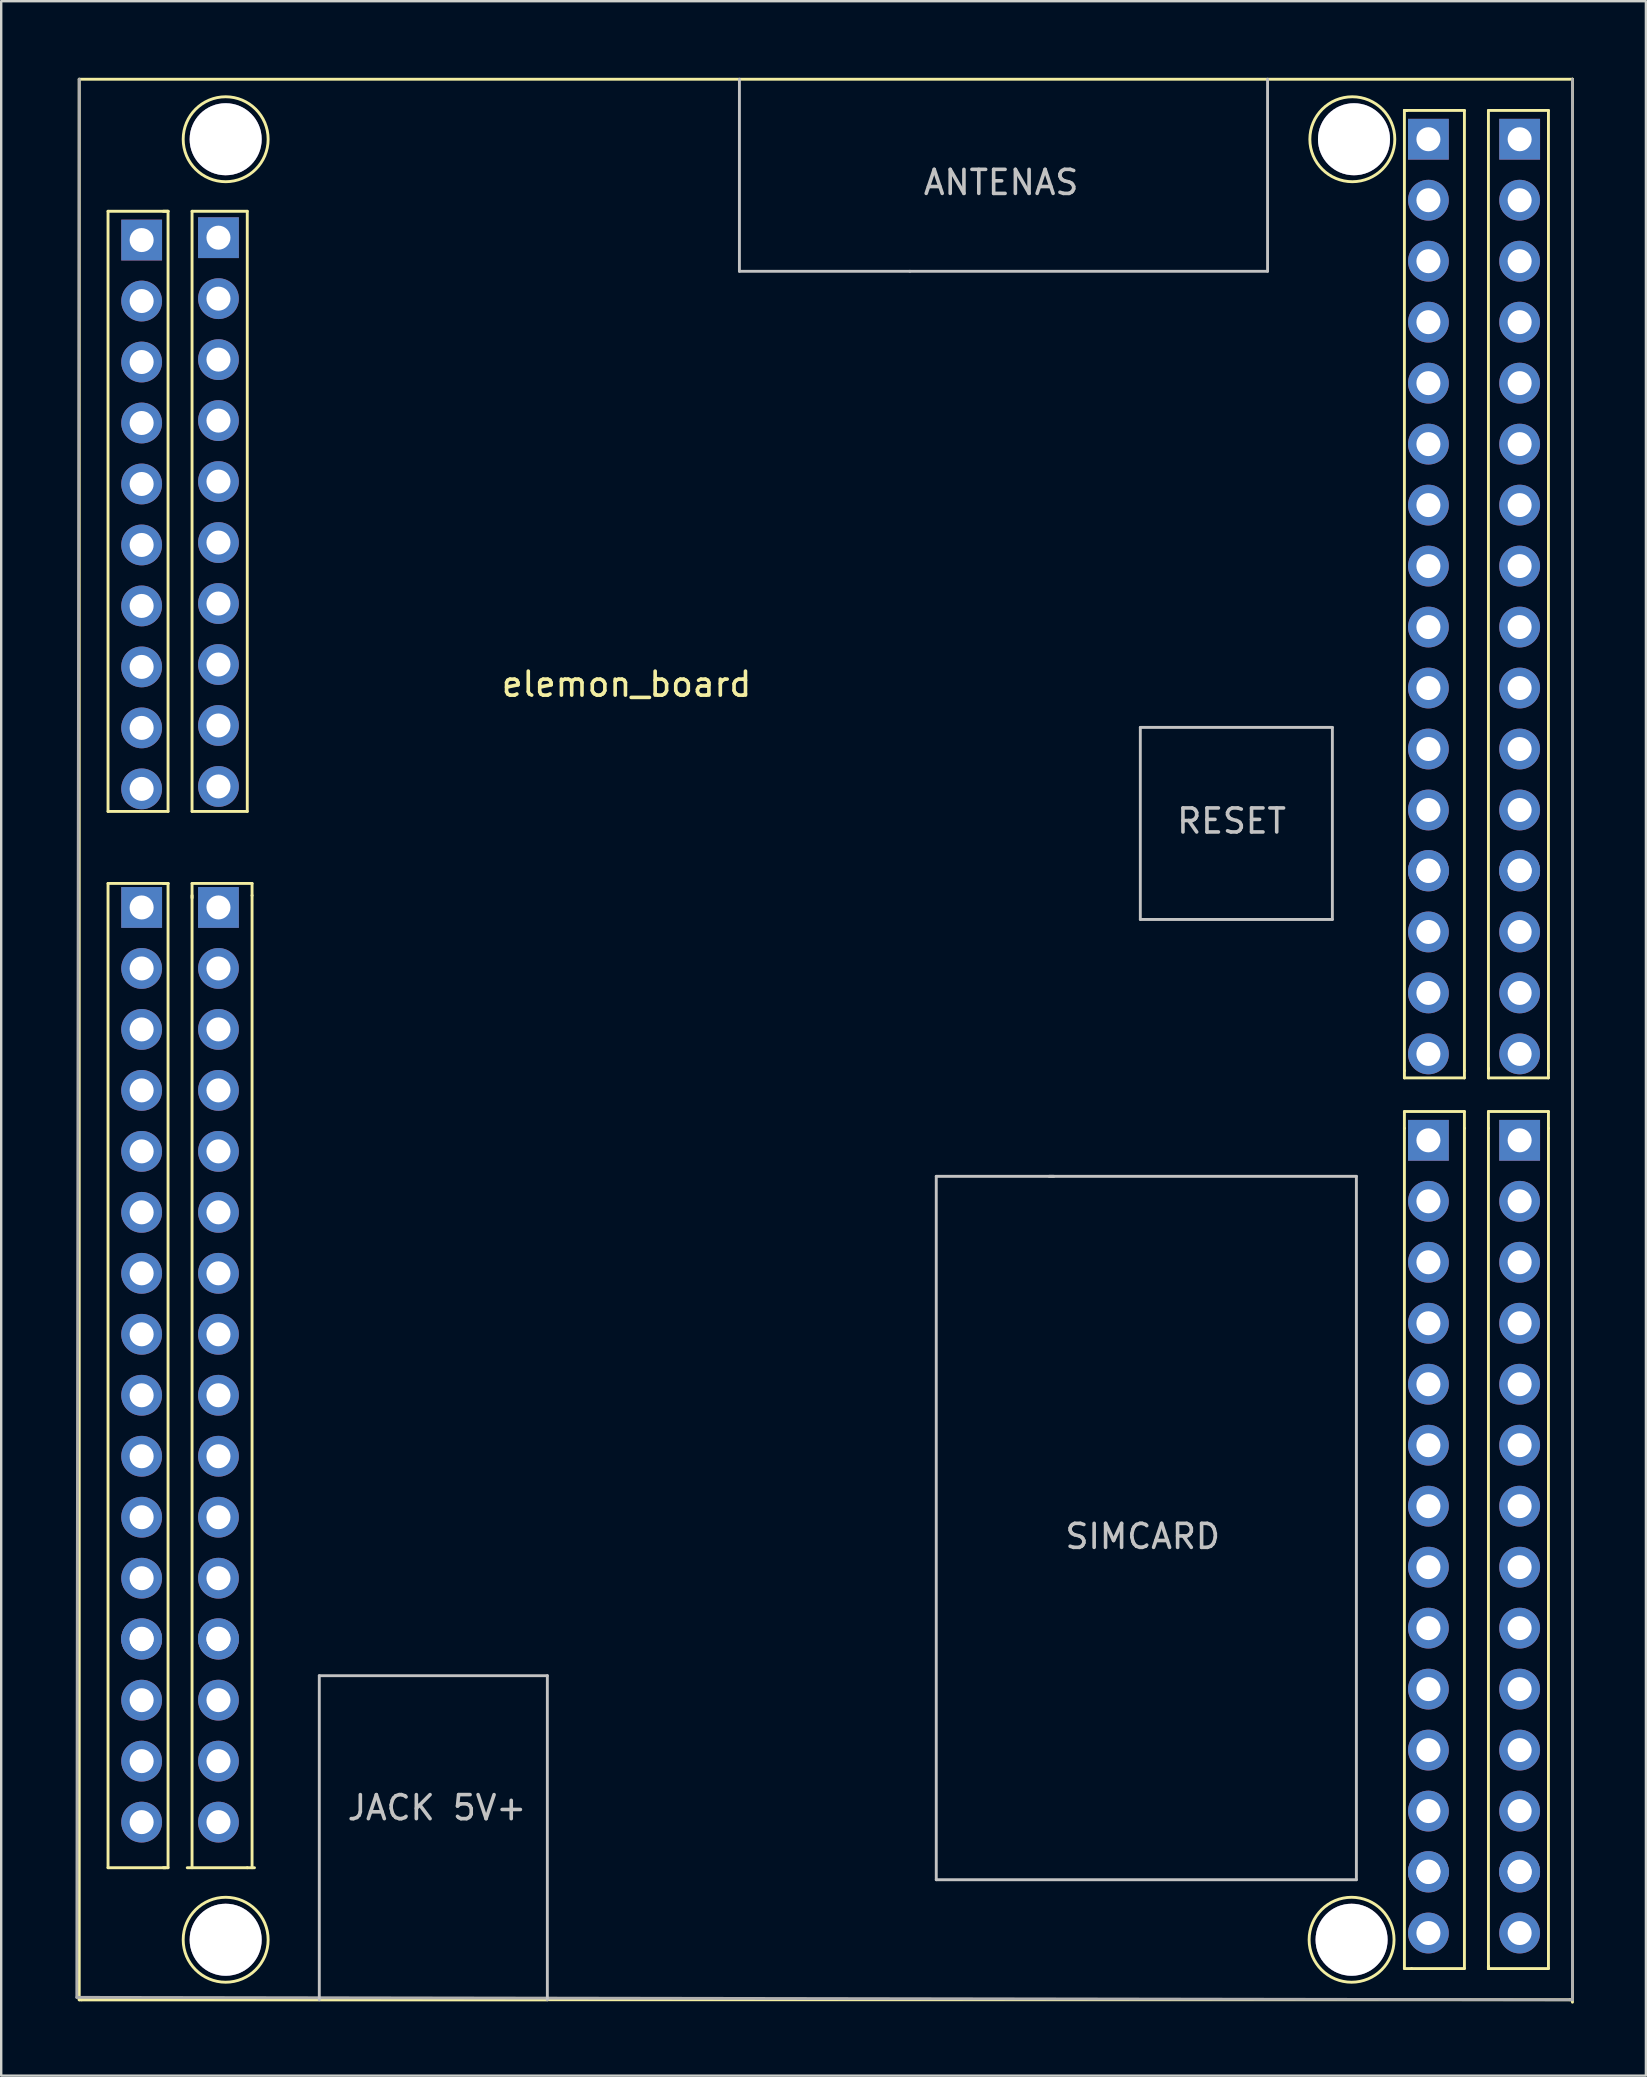
<source format=kicad_pcb>
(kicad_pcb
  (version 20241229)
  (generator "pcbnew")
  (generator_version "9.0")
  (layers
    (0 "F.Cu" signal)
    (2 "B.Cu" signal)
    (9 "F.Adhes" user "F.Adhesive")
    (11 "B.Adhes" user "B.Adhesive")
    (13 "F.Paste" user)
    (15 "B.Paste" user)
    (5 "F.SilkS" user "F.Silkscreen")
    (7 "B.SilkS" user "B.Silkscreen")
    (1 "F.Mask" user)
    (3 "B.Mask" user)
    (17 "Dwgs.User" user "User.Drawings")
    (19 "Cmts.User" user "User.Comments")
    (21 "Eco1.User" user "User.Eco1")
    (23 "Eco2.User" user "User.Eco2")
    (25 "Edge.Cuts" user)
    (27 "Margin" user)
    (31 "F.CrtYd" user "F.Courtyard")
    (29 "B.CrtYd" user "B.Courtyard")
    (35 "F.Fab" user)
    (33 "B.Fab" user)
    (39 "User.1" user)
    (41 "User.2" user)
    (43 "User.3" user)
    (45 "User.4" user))
  (footprint "elemon_board"
    (layer "F.Cu")
    (at 0.25 0.25)
    (property "Reference" "elemon_board" (at 22.8 25.2 0) (layer "F.SilkS") (effects (font (size 1 1) (thickness 0.15))))
    (attr through_hole)
    (fp_line (start 0 0) (end 62.2 0) (stroke (width 0.12) (type solid)) (layer "F.SilkS"))
    (fp_line (start 0 80) (end 0 0) (stroke (width 0.12) (type solid)) (layer "F.SilkS"))
    (fp_line (start 0 80) (end 19.5 80) (stroke (width 0.12) (type solid)) (layer "F.SilkS"))
    (fp_line (start 0.1 80) (end 0 80) (stroke (width 0.12) (type solid)) (layer "F.SilkS"))
    (fp_line (start 0.1 80) (end 62.1 80) (stroke (width 0.12) (type solid)) (layer "F.SilkS"))
    (fp_line (start 1.2 5.5) (end 3.7 5.5) (stroke (width 0.12) (type solid)) (layer "F.SilkS"))
    (fp_line (start 1.2 30.5) (end 1.2 5.5) (stroke (width 0.12) (type solid)) (layer "F.SilkS"))
    (fp_line (start 1.2 30.5) (end 3.7 30.5) (stroke (width 0.12) (type solid)) (layer "F.SilkS"))
    (fp_line (start 1.2 33.5) (end 1.2 74.5) (stroke (width 0.12) (type solid)) (layer "F.SilkS"))
    (fp_line (start 1.2 33.5) (end 3.7 33.5) (stroke (width 0.12) (type solid)) (layer "F.SilkS"))
    (fp_line (start 1.2 74.5) (end 3.6 74.5) (stroke (width 0.12) (type solid)) (layer "F.SilkS"))
    (fp_line (start 3.5 5.5) (end 3.7 5.5) (stroke (width 0.12) (type solid)) (layer "F.SilkS"))
    (fp_line (start 3.5 33.5) (end 3.7 33.5) (stroke (width 0.12) (type solid)) (layer "F.SilkS"))
    (fp_line (start 3.7 5.5) (end 3.7 30.5) (stroke (width 0.12) (type solid)) (layer "F.SilkS"))
    (fp_line (start 3.7 33.5) (end 3.7 74.5) (stroke (width 0.12) (type solid)) (layer "F.SilkS"))
    (fp_line (start 3.7 74.5) (end 3.5 74.5) (stroke (width 0.12) (type solid)) (layer "F.SilkS"))
    (fp_line (start 4.7 5.5) (end 7 5.5) (stroke (width 0.12) (type solid)) (layer "F.SilkS"))
    (fp_line (start 4.7 30.5) (end 4.7 5.5) (stroke (width 0.12) (type solid)) (layer "F.SilkS"))
    (fp_line (start 4.7 30.5) (end 7 30.5) (stroke (width 0.12) (type solid)) (layer "F.SilkS"))
    (fp_line (start 4.7 33.5) (end 4.7 34.1) (stroke (width 0.12) (type solid)) (layer "F.SilkS"))
    (fp_line (start 4.7 34) (end 4.7 74.5) (stroke (width 0.12) (type solid)) (layer "F.SilkS"))
    (fp_line (start 7 30.5) (end 7 5.5) (stroke (width 0.12) (type solid)) (layer "F.SilkS"))
    (fp_line (start 7 74.5) (end 4.5 74.5) (stroke (width 0.12) (type solid)) (layer "F.SilkS"))
    (fp_line (start 7.2 33.5) (end 4.7 33.5) (stroke (width 0.12) (type solid)) (layer "F.SilkS"))
    (fp_line (start 7.2 34) (end 7.2 33.5) (stroke (width 0.12) (type solid)) (layer "F.SilkS"))
    (fp_line (start 7.2 34) (end 7.2 74.5) (stroke (width 0.12) (type solid)) (layer "F.SilkS"))
    (fp_line (start 7.3 74.5) (end 7 74.5) (stroke (width 0.12) (type solid)) (layer "F.SilkS"))
    (fp_line (start 55.2 1.3) (end 55.3 1.3) (stroke (width 0.12) (type solid)) (layer "F.SilkS"))
    (fp_line (start 55.2 41.3) (end 55.2 1.3) (stroke (width 0.12) (type solid)) (layer "F.SilkS"))
    (fp_line (start 55.2 41.6) (end 55.2 41.3) (stroke (width 0.12) (type solid)) (layer "F.SilkS"))
    (fp_line (start 55.2 43) (end 55.2 43.7) (stroke (width 0.12) (type solid)) (layer "F.SilkS"))
    (fp_line (start 55.2 43.7) (end 55.2 78.7) (stroke (width 0.12) (type solid)) (layer "F.SilkS"))
    (fp_line (start 55.2 78.7) (end 55.5 78.7) (stroke (width 0.12) (type solid)) (layer "F.SilkS"))
    (fp_line (start 55.3 1.3) (end 55.2 1.3) (stroke (width 0.12) (type solid)) (layer "F.SilkS"))
    (fp_line (start 55.3 1.3) (end 57.7 1.3) (stroke (width 0.12) (type solid)) (layer "F.SilkS"))
    (fp_line (start 57.7 41.3) (end 57.7 1.3) (stroke (width 0.12) (type solid)) (layer "F.SilkS"))
    (fp_line (start 57.7 41.3) (end 57.7 41.6) (stroke (width 0.12) (type solid)) (layer "F.SilkS"))
    (fp_line (start 57.7 41.6) (end 55.2 41.6) (stroke (width 0.12) (type solid)) (layer "F.SilkS"))
    (fp_line (start 57.7 43) (end 55.2 43) (stroke (width 0.12) (type solid)) (layer "F.SilkS"))
    (fp_line (start 57.7 43.7) (end 57.7 43) (stroke (width 0.12) (type solid)) (layer "F.SilkS"))
    (fp_line (start 57.7 43.7) (end 57.7 78.7) (stroke (width 0.12) (type solid)) (layer "F.SilkS"))
    (fp_line (start 57.7 78.7) (end 55.5 78.7) (stroke (width 0.12) (type solid)) (layer "F.SilkS"))
    (fp_line (start 58.7 1.3) (end 61.2 1.3) (stroke (width 0.12) (type solid)) (layer "F.SilkS"))
    (fp_line (start 58.7 41.3) (end 58.7 1.3) (stroke (width 0.12) (type solid)) (layer "F.SilkS"))
    (fp_line (start 58.7 41.6) (end 58.7 41.2) (stroke (width 0.12) (type solid)) (layer "F.SilkS"))
    (fp_line (start 58.7 43) (end 61.2 43) (stroke (width 0.12) (type solid)) (layer "F.SilkS"))
    (fp_line (start 58.7 43.7) (end 58.7 43) (stroke (width 0.12) (type solid)) (layer "F.SilkS"))
    (fp_line (start 58.7 78.6) (end 58.7 78.7) (stroke (width 0.12) (type solid)) (layer "F.SilkS"))
    (fp_line (start 58.7 78.7) (end 58.7 43.7) (stroke (width 0.12) (type solid)) (layer "F.SilkS"))
    (fp_line (start 58.7 78.7) (end 58.7 78.6) (stroke (width 0.12) (type solid)) (layer "F.SilkS"))
    (fp_line (start 58.7 78.7) (end 61.2 78.7) (stroke (width 0.12) (type solid)) (layer "F.SilkS"))
    (fp_line (start 61.2 1.3) (end 61.2 41.3) (stroke (width 0.12) (type solid)) (layer "F.SilkS"))
    (fp_line (start 61.2 41.3) (end 61.2 41.6) (stroke (width 0.12) (type solid)) (layer "F.SilkS"))
    (fp_line (start 61.2 41.6) (end 58.7 41.6) (stroke (width 0.12) (type solid)) (layer "F.SilkS"))
    (fp_line (start 61.2 43.7) (end 61.2 43) (stroke (width 0.12) (type solid)) (layer "F.SilkS"))
    (fp_line (start 61.2 43.7) (end 61.2 78.7) (stroke (width 0.12) (type solid)) (layer "F.SilkS"))
    (fp_line (start 62.1 80) (end 62.2 80) (stroke (width 0.12) (type solid)) (layer "F.SilkS"))
    (fp_line (start 62.2 0) (end 62.2 1) (stroke (width 0.12) (type solid)) (layer "F.SilkS"))
    (fp_line (start 62.2 0) (end 62.2 80.1) (stroke (width 0.12) (type solid)) (layer "F.SilkS"))
    (fp_circle (center 2.6 6.7) (end 2.8 6.5) (stroke (width 0.12) (type solid)) (fill no) (layer "F.SilkS"))
    (fp_circle (center 2.6 34.5) (end 2.9 34.4) (stroke (width 0.12) (type solid)) (fill no) (layer "F.SilkS"))
    (fp_circle (center 5.8 6.7) (end 6 6.5) (stroke (width 0.12) (type solid)) (fill no) (layer "F.SilkS"))
    (fp_circle (center 5.8 34.5) (end 6 34.2) (stroke (width 0.12) (type solid)) (fill no) (layer "F.SilkS"))
    (fp_circle (center 6.1 2.5) (end 7.4 3.7) (stroke (width 0.12) (type solid)) (fill no) (layer "F.SilkS"))
    (fp_circle (center 6.1 77.5) (end 7.4 78.7) (stroke (width 0.12) (type solid)) (fill no) (layer "F.SilkS"))
    (fp_circle (center 53 77.5) (end 54.3 78.7) (stroke (width 0.12) (type solid)) (fill no) (layer "F.SilkS"))
    (fp_circle (center 53.031 2.5) (end 54.331 3.7) (stroke (width 0.12) (type solid)) (fill no) (layer "F.SilkS"))
    (fp_circle (center 56.2 2.5) (end 56.4 2.3) (stroke (width 0.12) (type solid)) (fill no) (layer "F.SilkS"))
    (fp_circle (center 56.2 44.2) (end 56.483 44.2) (stroke (width 0.12) (type solid)) (fill no) (layer "F.SilkS"))
    (fp_circle (center 60 2.5) (end 60.2 2.3) (stroke (width 0.12) (type solid)) (fill no) (layer "F.SilkS"))
    (fp_circle (center 60 44.2) (end 60.283 44.2) (stroke (width 0.12) (type solid)) (fill no) (layer "F.SilkS"))
    (fp_line (start 10 66.5) (end 10 80) (stroke (width 0.12) (type solid)) (layer "Dwgs.User"))
    (fp_line (start 19.5 66.5) (end 10 66.5) (stroke (width 0.12) (type solid)) (layer "Dwgs.User"))
    (fp_line (start 19.5 80) (end 19.5 66.5) (stroke (width 0.12) (type solid)) (layer "Dwgs.User"))
    (fp_line (start 27.5 0) (end 27.5 8) (stroke (width 0.12) (type solid)) (layer "Dwgs.User"))
    (fp_line (start 27.5 8) (end 34.6 8) (stroke (width 0.12) (type solid)) (layer "Dwgs.User"))
    (fp_line (start 35.7 45.7) (end 40.6 45.7) (stroke (width 0.12) (type solid)) (layer "Dwgs.User"))
    (fp_line (start 35.7 75) (end 35.7 45.7) (stroke (width 0.12) (type solid)) (layer "Dwgs.User"))
    (fp_line (start 35.7 75) (end 53.2 75) (stroke (width 0.12) (type solid)) (layer "Dwgs.User"))
    (fp_line (start 44.2 27) (end 44.2 35) (stroke (width 0.12) (type solid)) (layer "Dwgs.User"))
    (fp_line (start 44.2 35) (end 52.2 35) (stroke (width 0.12) (type solid)) (layer "Dwgs.User"))
    (fp_line (start 49.5 0) (end 49.5 8) (stroke (width 0.12) (type solid)) (layer "Dwgs.User"))
    (fp_line (start 49.5 8) (end 34.6 8) (stroke (width 0.12) (type solid)) (layer "Dwgs.User"))
    (fp_line (start 52.2 27) (end 44.2 27) (stroke (width 0.12) (type solid)) (layer "Dwgs.User"))
    (fp_line (start 52.2 27) (end 52.2 35) (stroke (width 0.12) (type solid)) (layer "Dwgs.User"))
    (fp_line (start 53.2 45.7) (end 40.4 45.7) (stroke (width 0.12) (type solid)) (layer "Dwgs.User"))
    (fp_line (start 53.2 75) (end 53.2 45.7) (stroke (width 0.12) (type solid)) (layer "Dwgs.User"))
    (fp_line (start -0.1 79.9) (end 0 0) (stroke (width 0.12) (type solid)) (layer "F.Fab"))
    (fp_line (start 62.2 0) (end 62.2 80) (stroke (width 0.12) (type solid)) (layer "F.Fab"))
    (fp_line (start 62.2 80) (end -0.1 79.9) (stroke (width 0.12) (type solid)) (layer "F.Fab"))
    (fp_text user "RESET" (at 48 30.9 0) (layer "Dwgs.User") (effects (font (size 1 1) (thickness 0.15))))
    (fp_text user "JACK 5V+" (at 14.9 72 0) (layer "Dwgs.User") (effects (font (size 1 1) (thickness 0.15))))
    (fp_text user "SIMCARD" (at 44.3 60.7 0) (layer "Dwgs.User") (effects (font (size 1 1) (thickness 0.15))))
    (fp_text user "ANTENAS" (at 38.4 4.3 0) (layer "Dwgs.User") (effects (font (size 1 1) (thickness 0.15))))
    (pad "1" thru_hole rect (at 2.6 6.7) (size 1.7 1.7) (drill 1) (layers "*.Cu" "*.Mask"))
    (pad "1" thru_hole circle (at 2.6 9.24) (size 1.7 1.7) (drill 1) (layers "*.Cu" "*.Mask"))
    (pad "1" thru_hole circle (at 2.6 11.78) (size 1.7 1.7) (drill 1) (layers "*.Cu" "*.Mask"))
    (pad "1" thru_hole circle (at 2.6 14.32) (size 1.7 1.7) (drill 1) (layers "*.Cu" "*.Mask"))
    (pad "1" thru_hole circle (at 2.6 16.86) (size 1.7 1.7) (drill 1) (layers "*.Cu" "*.Mask"))
    (pad "1" thru_hole circle (at 2.6 19.4) (size 1.7 1.7) (drill 1) (layers "*.Cu" "*.Mask"))
    (pad "1" thru_hole circle (at 2.6 21.94) (size 1.7 1.7) (drill 1) (layers "*.Cu" "*.Mask"))
    (pad "1" thru_hole circle (at 2.6 24.48) (size 1.7 1.7) (drill 1) (layers "*.Cu" "*.Mask"))
    (pad "1" thru_hole circle (at 2.6 27.02) (size 1.7 1.7) (drill 1) (layers "*.Cu" "*.Mask"))
    (pad "1" thru_hole circle (at 2.6 29.56) (size 1.7 1.7) (drill 1) (layers "*.Cu" "*.Mask"))
    (pad "1" thru_hole rect (at 2.6 34.5) (size 1.7 1.7) (drill 1) (layers "*.Cu" "*.Mask"))
    (pad "1" thru_hole circle (at 2.6 37.04) (size 1.7 1.7) (drill 1) (layers "*.Cu" "*.Mask"))
    (pad "1" thru_hole circle (at 2.6 39.58) (size 1.7 1.7) (drill 1) (layers "*.Cu" "*.Mask"))
    (pad "1" thru_hole circle (at 2.6 42.12) (size 1.7 1.7) (drill 1) (layers "*.Cu" "*.Mask"))
    (pad "1" thru_hole circle (at 2.6 44.66) (size 1.7 1.7) (drill 1) (layers "*.Cu" "*.Mask"))
    (pad "1" thru_hole circle (at 2.6 47.2) (size 1.7 1.7) (drill 1) (layers "*.Cu" "*.Mask"))
    (pad "1" thru_hole circle (at 2.6 49.74) (size 1.7 1.7) (drill 1) (layers "*.Cu" "*.Mask"))
    (pad "1" thru_hole circle (at 2.6 52.28) (size 1.7 1.7) (drill 1) (layers "*.Cu" "*.Mask"))
    (pad "1" thru_hole circle (at 2.6 54.82) (size 1.7 1.7) (drill 1) (layers "*.Cu" "*.Mask"))
    (pad "1" thru_hole circle (at 2.6 57.36) (size 1.7 1.7) (drill 1) (layers "*.Cu" "*.Mask"))
    (pad "1" thru_hole circle (at 2.6 59.9) (size 1.7 1.7) (drill 1) (layers "*.Cu" "*.Mask"))
    (pad "1" thru_hole circle (at 2.6 62.44) (size 1.7 1.7) (drill 1) (layers "*.Cu" "*.Mask"))
    (pad "1" thru_hole circle (at 2.6 64.96) (size 1.7 1.7) (drill 1) (layers "*.Cu" "*.Mask"))
    (pad "1" thru_hole circle (at 2.6 64.98) (size 1.7 1.7) (drill 1) (layers "*.Cu" "*.Mask"))
    (pad "1" thru_hole circle (at 2.6 67.52) (size 1.7 1.7) (drill 1) (layers "*.Cu" "*.Mask"))
    (pad "1" thru_hole circle (at 2.6 70.06) (size 1.7 1.7) (drill 1) (layers "*.Cu" "*.Mask"))
    (pad "1" thru_hole circle (at 2.6 72.6) (size 1.7 1.7) (drill 1) (layers "*.Cu" "*.Mask"))
    (pad "1" thru_hole rect (at 5.8 6.6) (size 1.7 1.7) (drill 1) (layers "*.Cu" "*.Mask"))
    (pad "1" thru_hole circle (at 5.8 9.14) (size 1.7 1.7) (drill 1) (layers "*.Cu" "*.Mask"))
    (pad "1" thru_hole circle (at 5.8 11.68) (size 1.7 1.7) (drill 1) (layers "*.Cu" "*.Mask"))
    (pad "1" thru_hole circle (at 5.8 14.22) (size 1.7 1.7) (drill 1) (layers "*.Cu" "*.Mask"))
    (pad "1" thru_hole circle (at 5.8 16.76) (size 1.7 1.7) (drill 1) (layers "*.Cu" "*.Mask"))
    (pad "1" thru_hole circle (at 5.8 19.3) (size 1.7 1.7) (drill 1) (layers "*.Cu" "*.Mask"))
    (pad "1" thru_hole circle (at 5.8 21.84) (size 1.7 1.7) (drill 1) (layers "*.Cu" "*.Mask"))
    (pad "1" thru_hole circle (at 5.8 24.38) (size 1.7 1.7) (drill 1) (layers "*.Cu" "*.Mask"))
    (pad "1" thru_hole circle (at 5.8 26.92) (size 1.7 1.7) (drill 1) (layers "*.Cu" "*.Mask"))
    (pad "1" thru_hole circle (at 5.8 29.46) (size 1.7 1.7) (drill 1) (layers "*.Cu" "*.Mask"))
    (pad "1" thru_hole rect (at 5.8 34.5) (size 1.7 1.7) (drill 1) (layers "*.Cu" "*.Mask"))
    (pad "1" thru_hole circle (at 5.8 37.04) (size 1.7 1.7) (drill 1) (layers "*.Cu" "*.Mask"))
    (pad "1" thru_hole circle (at 5.8 39.58) (size 1.7 1.7) (drill 1) (layers "*.Cu" "*.Mask"))
    (pad "1" thru_hole circle (at 5.8 42.12) (size 1.7 1.7) (drill 1) (layers "*.Cu" "*.Mask"))
    (pad "1" thru_hole circle (at 5.8 44.66) (size 1.7 1.7) (drill 1) (layers "*.Cu" "*.Mask"))
    (pad "1" thru_hole circle (at 5.8 47.2) (size 1.7 1.7) (drill 1) (layers "*.Cu" "*.Mask"))
    (pad "1" thru_hole circle (at 5.8 49.74) (size 1.7 1.7) (drill 1) (layers "*.Cu" "*.Mask"))
    (pad "1" thru_hole circle (at 5.8 52.28) (size 1.7 1.7) (drill 1) (layers "*.Cu" "*.Mask"))
    (pad "1" thru_hole circle (at 5.8 54.82) (size 1.7 1.7) (drill 1) (layers "*.Cu" "*.Mask"))
    (pad "1" thru_hole circle (at 5.8 57.36) (size 1.7 1.7) (drill 1) (layers "*.Cu" "*.Mask"))
    (pad "1" thru_hole circle (at 5.8 59.9) (size 1.7 1.7) (drill 1) (layers "*.Cu" "*.Mask"))
    (pad "1" thru_hole circle (at 5.8 62.44) (size 1.7 1.7) (drill 1) (layers "*.Cu" "*.Mask"))
    (pad "1" thru_hole circle (at 5.8 64.96) (size 1.7 1.7) (drill 1) (layers "*.Cu" "*.Mask"))
    (pad "1" thru_hole circle (at 5.8 64.98) (size 1.7 1.7) (drill 1) (layers "*.Cu" "*.Mask"))
    (pad "1" thru_hole circle (at 5.8 67.52) (size 1.7 1.7) (drill 1) (layers "*.Cu" "*.Mask"))
    (pad "1" thru_hole circle (at 5.8 70.06) (size 1.7 1.7) (drill 1) (layers "*.Cu" "*.Mask"))
    (pad "1" thru_hole circle (at 5.8 72.6) (size 1.7 1.7) (drill 1) (layers "*.Cu" "*.Mask"))
    (pad "1" thru_hole rect (at 56.2 2.5) (size 1.7 1.7) (drill 1) (layers "*.Cu" "*.Mask"))
    (pad "1" thru_hole circle (at 56.2 5.04) (size 1.7 1.7) (drill 1) (layers "*.Cu" "*.Mask"))
    (pad "1" thru_hole circle (at 56.2 7.58) (size 1.7 1.7) (drill 1) (layers "*.Cu" "*.Mask"))
    (pad "1" thru_hole circle (at 56.2 10.12) (size 1.7 1.7) (drill 1) (layers "*.Cu" "*.Mask"))
    (pad "1" thru_hole circle (at 56.2 12.66) (size 1.7 1.7) (drill 1) (layers "*.Cu" "*.Mask"))
    (pad "1" thru_hole circle (at 56.2 15.2) (size 1.7 1.7) (drill 1) (layers "*.Cu" "*.Mask"))
    (pad "1" thru_hole circle (at 56.2 17.74) (size 1.7 1.7) (drill 1) (layers "*.Cu" "*.Mask"))
    (pad "1" thru_hole circle (at 56.2 20.28) (size 1.7 1.7) (drill 1) (layers "*.Cu" "*.Mask"))
    (pad "1" thru_hole circle (at 56.2 22.82) (size 1.7 1.7) (drill 1) (layers "*.Cu" "*.Mask"))
    (pad "1" thru_hole circle (at 56.2 25.36) (size 1.7 1.7) (drill 1) (layers "*.Cu" "*.Mask"))
    (pad "1" thru_hole circle (at 56.2 27.9) (size 1.7 1.7) (drill 1) (layers "*.Cu" "*.Mask"))
    (pad "1" thru_hole circle (at 56.2 30.44) (size 1.7 1.7) (drill 1) (layers "*.Cu" "*.Mask"))
    (pad "1" thru_hole circle (at 56.2 32.96) (size 1.7 1.7) (drill 1) (layers "*.Cu" "*.Mask"))
    (pad "1" thru_hole circle (at 56.2 32.98) (size 1.7 1.7) (drill 1) (layers "*.Cu" "*.Mask"))
    (pad "1" thru_hole circle (at 56.2 35.52) (size 1.7 1.7) (drill 1) (layers "*.Cu" "*.Mask"))
    (pad "1" thru_hole circle (at 56.2 38.06) (size 1.7 1.7) (drill 1) (layers "*.Cu" "*.Mask"))
    (pad "1" thru_hole circle (at 56.2 40.6) (size 1.7 1.7) (drill 1) (layers "*.Cu" "*.Mask"))
    (pad "1" thru_hole rect (at 56.2 44.2) (size 1.7 1.7) (drill 1) (layers "*.Cu" "*.Mask"))
    (pad "1" thru_hole circle (at 56.2 46.74) (size 1.7 1.7) (drill 1) (layers "*.Cu" "*.Mask"))
    (pad "1" thru_hole circle (at 56.2 49.28) (size 1.7 1.7) (drill 1) (layers "*.Cu" "*.Mask"))
    (pad "1" thru_hole circle (at 56.2 51.82) (size 1.7 1.7) (drill 1) (layers "*.Cu" "*.Mask"))
    (pad "1" thru_hole circle (at 56.2 54.36) (size 1.7 1.7) (drill 1) (layers "*.Cu" "*.Mask"))
    (pad "1" thru_hole circle (at 56.2 56.9) (size 1.7 1.7) (drill 1) (layers "*.Cu" "*.Mask"))
    (pad "1" thru_hole circle (at 56.2 59.44) (size 1.7 1.7) (drill 1) (layers "*.Cu" "*.Mask"))
    (pad "1" thru_hole circle (at 56.2 61.98) (size 1.7 1.7) (drill 1) (layers "*.Cu" "*.Mask"))
    (pad "1" thru_hole circle (at 56.2 64.52) (size 1.7 1.7) (drill 1) (layers "*.Cu" "*.Mask"))
    (pad "1" thru_hole circle (at 56.2 67.06) (size 1.7 1.7) (drill 1) (layers "*.Cu" "*.Mask"))
    (pad "1" thru_hole circle (at 56.2 69.6) (size 1.7 1.7) (drill 1) (layers "*.Cu" "*.Mask"))
    (pad "1" thru_hole circle (at 56.2 72.14) (size 1.7 1.7) (drill 1) (layers "*.Cu" "*.Mask"))
    (pad "1" thru_hole circle (at 56.2 74.66) (size 1.7 1.7) (drill 1) (layers "*.Cu" "*.Mask"))
    (pad "1" thru_hole circle (at 56.2 74.68) (size 1.7 1.7) (drill 1) (layers "*.Cu" "*.Mask"))
    (pad "1" thru_hole circle (at 56.2 77.22) (size 1.7 1.7) (drill 1) (layers "*.Cu" "*.Mask"))
    (pad "1" thru_hole rect (at 60 2.5) (size 1.7 1.7) (drill 1) (layers "*.Cu" "*.Mask"))
    (pad "1" thru_hole circle (at 60 5.04) (size 1.7 1.7) (drill 1) (layers "*.Cu" "*.Mask"))
    (pad "1" thru_hole circle (at 60 7.58) (size 1.7 1.7) (drill 1) (layers "*.Cu" "*.Mask"))
    (pad "1" thru_hole circle (at 60 10.12) (size 1.7 1.7) (drill 1) (layers "*.Cu" "*.Mask"))
    (pad "1" thru_hole circle (at 60 12.66) (size 1.7 1.7) (drill 1) (layers "*.Cu" "*.Mask"))
    (pad "1" thru_hole circle (at 60 15.2) (size 1.7 1.7) (drill 1) (layers "*.Cu" "*.Mask"))
    (pad "1" thru_hole circle (at 60 17.74) (size 1.7 1.7) (drill 1) (layers "*.Cu" "*.Mask"))
    (pad "1" thru_hole circle (at 60 20.28) (size 1.7 1.7) (drill 1) (layers "*.Cu" "*.Mask"))
    (pad "1" thru_hole circle (at 60 22.82) (size 1.7 1.7) (drill 1) (layers "*.Cu" "*.Mask"))
    (pad "1" thru_hole circle (at 60 25.36) (size 1.7 1.7) (drill 1) (layers "*.Cu" "*.Mask"))
    (pad "1" thru_hole circle (at 60 27.9) (size 1.7 1.7) (drill 1) (layers "*.Cu" "*.Mask"))
    (pad "1" thru_hole circle (at 60 30.44) (size 1.7 1.7) (drill 1) (layers "*.Cu" "*.Mask"))
    (pad "1" thru_hole circle (at 60 32.96) (size 1.7 1.7) (drill 1) (layers "*.Cu" "*.Mask"))
    (pad "1" thru_hole circle (at 60 32.98) (size 1.7 1.7) (drill 1) (layers "*.Cu" "*.Mask"))
    (pad "1" thru_hole circle (at 60 35.52) (size 1.7 1.7) (drill 1) (layers "*.Cu" "*.Mask"))
    (pad "1" thru_hole circle (at 60 38.06) (size 1.7 1.7) (drill 1) (layers "*.Cu" "*.Mask"))
    (pad "1" thru_hole circle (at 60 40.6) (size 1.7 1.7) (drill 1) (layers "*.Cu" "*.Mask"))
    (pad "1" thru_hole rect (at 60 44.2) (size 1.7 1.7) (drill 1) (layers "*.Cu" "*.Mask"))
    (pad "1" thru_hole circle (at 60 46.74) (size 1.7 1.7) (drill 1) (layers "*.Cu" "*.Mask"))
    (pad "1" thru_hole circle (at 60 49.28) (size 1.7 1.7) (drill 1) (layers "*.Cu" "*.Mask"))
    (pad "1" thru_hole circle (at 60 51.82) (size 1.7 1.7) (drill 1) (layers "*.Cu" "*.Mask"))
    (pad "1" thru_hole circle (at 60 54.36) (size 1.7 1.7) (drill 1) (layers "*.Cu" "*.Mask"))
    (pad "1" thru_hole circle (at 60 56.9) (size 1.7 1.7) (drill 1) (layers "*.Cu" "*.Mask"))
    (pad "1" thru_hole circle (at 60 59.44) (size 1.7 1.7) (drill 1) (layers "*.Cu" "*.Mask"))
    (pad "1" thru_hole circle (at 60 61.98) (size 1.7 1.7) (drill 1) (layers "*.Cu" "*.Mask"))
    (pad "1" thru_hole circle (at 60 64.52) (size 1.7 1.7) (drill 1) (layers "*.Cu" "*.Mask"))
    (pad "1" thru_hole circle (at 60 67.06) (size 1.7 1.7) (drill 1) (layers "*.Cu" "*.Mask"))
    (pad "1" thru_hole circle (at 60 69.6) (size 1.7 1.7) (drill 1) (layers "*.Cu" "*.Mask"))
    (pad "1" thru_hole circle (at 60 72.14) (size 1.7 1.7) (drill 1) (layers "*.Cu" "*.Mask"))
    (pad "1" thru_hole circle (at 60 74.66) (size 1.7 1.7) (drill 1) (layers "*.Cu" "*.Mask"))
    (pad "1" thru_hole circle (at 60 74.68) (size 1.7 1.7) (drill 1) (layers "*.Cu" "*.Mask"))
    (pad "1" thru_hole circle (at 60 77.22) (size 1.7 1.7) (drill 1) (layers "*.Cu" "*.Mask"))
    (pad "2" thru_hole circle (at 6.1 2.5) (size 3 3) (drill 3) (layers "*.Cu" "*.Mask"))
    (pad "2" thru_hole circle (at 6.1 77.5) (size 3 3) (drill 3) (layers "*.Cu" "*.Mask"))
    (pad "2" thru_hole circle (at 53 77.5) (size 3 3) (drill 3) (layers "*.Cu" "*.Mask"))
    (pad "2" thru_hole circle (at 53.1 2.5) (size 3 3) (drill 3) (layers "*.Cu" "*.Mask")))
  (gr_rect
    (start -3 -3)
    (end 65.51 83.41)
    (stroke (width 0.1) (type default))
    (fill no)
    (layer "Edge.Cuts")))
</source>
